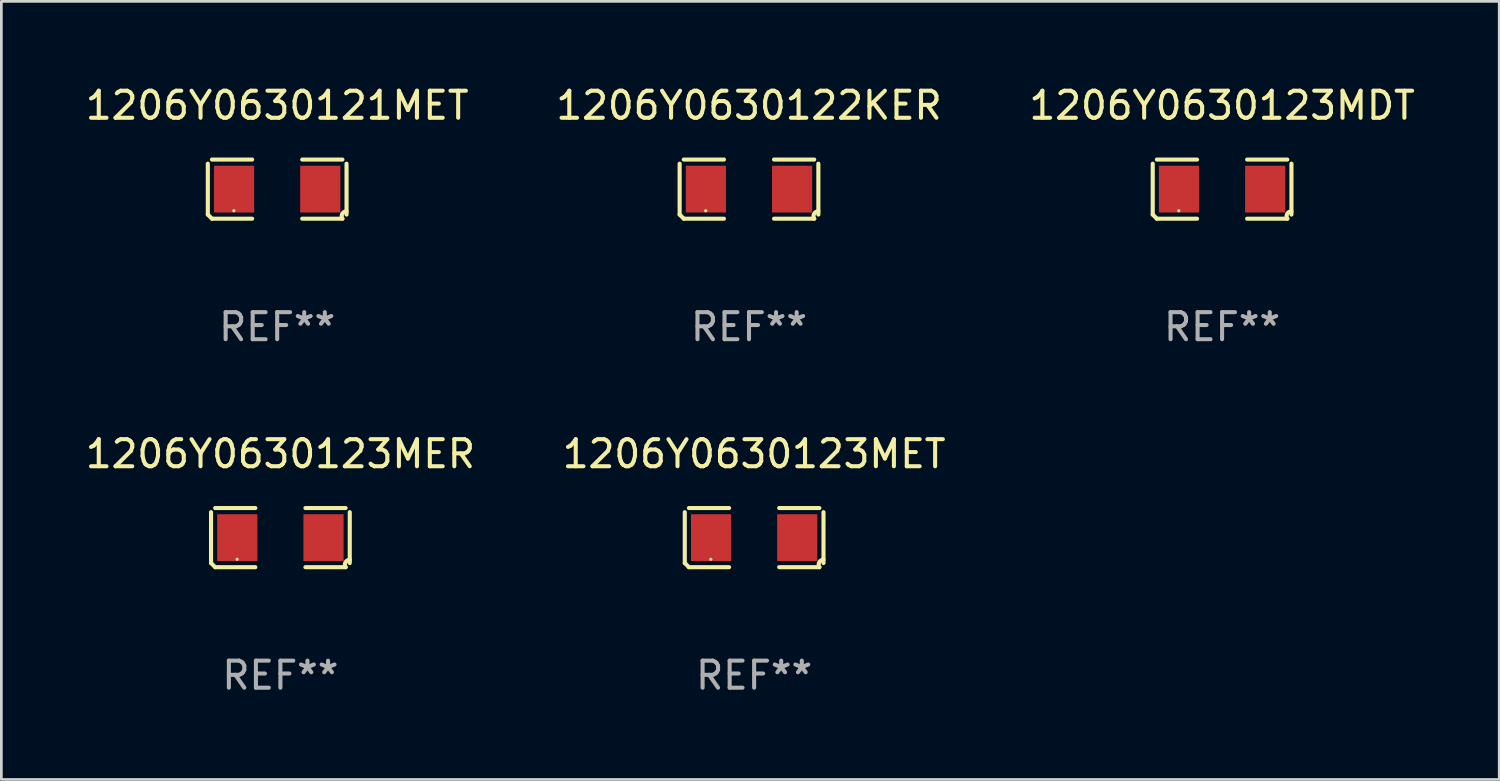
<source format=kicad_pcb>
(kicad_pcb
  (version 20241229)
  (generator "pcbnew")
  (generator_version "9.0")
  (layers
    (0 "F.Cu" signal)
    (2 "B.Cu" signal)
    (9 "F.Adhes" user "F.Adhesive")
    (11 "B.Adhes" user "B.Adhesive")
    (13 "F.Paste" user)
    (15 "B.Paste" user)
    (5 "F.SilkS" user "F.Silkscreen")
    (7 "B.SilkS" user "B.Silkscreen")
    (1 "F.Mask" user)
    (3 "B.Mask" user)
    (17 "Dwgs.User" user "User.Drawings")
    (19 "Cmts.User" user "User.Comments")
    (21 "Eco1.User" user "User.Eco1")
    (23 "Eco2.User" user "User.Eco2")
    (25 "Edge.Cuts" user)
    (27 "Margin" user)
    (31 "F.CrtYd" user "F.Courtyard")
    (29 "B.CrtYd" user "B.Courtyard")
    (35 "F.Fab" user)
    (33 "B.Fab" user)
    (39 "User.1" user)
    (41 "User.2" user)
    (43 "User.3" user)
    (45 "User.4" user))
  (footprint "1206Y0630122KER"
    (layer "F.Cu")
    (at 24.637 3.941)
    (property "Reference" "1206Y0630122KER" (at 0 -3.093 0) (layer "F.SilkS") (effects (font (size 1 1) (thickness 0.15))))
    (attr through_hole)
    (fp_line (start -2.564 0.94) (end -2.564 -0.94) (stroke (width 0.152) (type solid)) (layer "F.SilkS"))
    (fp_line (start -2.411 -1.093) (end -0.926 -1.093) (stroke (width 0.152) (type solid)) (layer "F.SilkS"))
    (fp_line (start -0.926 1.093) (end -2.411 1.093) (stroke (width 0.152) (type solid)) (layer "F.SilkS"))
    (fp_line (start 0.926 1.093) (end 2.411 1.093) (stroke (width 0.152) (type solid)) (layer "F.SilkS"))
    (fp_line (start 2.411 -1.093) (end 0.926 -1.093) (stroke (width 0.152) (type solid)) (layer "F.SilkS"))
    (fp_line (start 2.564 0.94) (end 2.564 -0.94) (stroke (width 0.152) (type solid)) (layer "F.SilkS"))
    (fp_arc (start -2.411201 1.092609) (mid -2.487413 1.01642) (end -2.563602 0.940208) (stroke (width 0.1524) (type solid)) (layer "F.SilkS"))
    (fp_arc (start 2.411201 1.092609) (mid 2.407159 0.911226) (end 2.563602 0.819347) (stroke (width 0.1524) (type solid)) (layer "F.SilkS"))
    (fp_circle (center -1.6 0.8) (end -1.57 0.8) (stroke (width 0.06) (type solid)) (fill no) (layer "F.SilkS"))
    (fp_text user "REF**" (at 0 5.093 0) (layer "F.Fab") (effects (font (size 1 1) (thickness 0.15))))
    (pad "1" smd rect (at -1.593 0) (size 1.485 1.728) (layers "F.Cu" "F.Mask" "F.Paste"))
    (pad "2" smd rect (at 1.593 0) (size 1.485 1.728) (layers "F.Cu" "F.Mask" "F.Paste")))
  (footprint "1206Y0630121MET"
    (layer "F.Cu")
    (at 7.196 3.941)
    (property "Reference" "1206Y0630121MET" (at 0 -3.093 0) (layer "F.SilkS") (effects (font (size 1 1) (thickness 0.15))))
    (attr through_hole)
    (fp_line (start -2.564 0.94) (end -2.564 -0.94) (stroke (width 0.152) (type solid)) (layer "F.SilkS"))
    (fp_line (start -2.411 -1.093) (end -0.926 -1.093) (stroke (width 0.152) (type solid)) (layer "F.SilkS"))
    (fp_line (start -0.926 1.093) (end -2.411 1.093) (stroke (width 0.152) (type solid)) (layer "F.SilkS"))
    (fp_line (start 0.926 1.093) (end 2.411 1.093) (stroke (width 0.152) (type solid)) (layer "F.SilkS"))
    (fp_line (start 2.411 -1.093) (end 0.926 -1.093) (stroke (width 0.152) (type solid)) (layer "F.SilkS"))
    (fp_line (start 2.564 0.94) (end 2.564 -0.94) (stroke (width 0.152) (type solid)) (layer "F.SilkS"))
    (fp_arc (start -2.411201 1.092609) (mid -2.487413 1.01642) (end -2.563602 0.940208) (stroke (width 0.1524) (type solid)) (layer "F.SilkS"))
    (fp_arc (start 2.411201 1.092609) (mid 2.407159 0.911226) (end 2.563602 0.819347) (stroke (width 0.1524) (type solid)) (layer "F.SilkS"))
    (fp_circle (center -1.6 0.8) (end -1.57 0.8) (stroke (width 0.06) (type solid)) (fill no) (layer "F.SilkS"))
    (fp_text user "REF**" (at 0 5.093 0) (layer "F.Fab") (effects (font (size 1 1) (thickness 0.15))))
    (pad "1" smd rect (at -1.593 0) (size 1.485 1.728) (layers "F.Cu" "F.Mask" "F.Paste"))
    (pad "2" smd rect (at 1.593 0) (size 1.485 1.728) (layers "F.Cu" "F.Mask" "F.Paste")))
  (footprint "1206Y0630123MER"
    (layer "F.Cu")
    (at 7.315 16.823)
    (property "Reference" "1206Y0630123MER" (at 0 -3.093 0) (layer "F.SilkS") (effects (font (size 1 1) (thickness 0.15))))
    (attr through_hole)
    (fp_line (start -2.564 0.94) (end -2.564 -0.94) (stroke (width 0.152) (type solid)) (layer "F.SilkS"))
    (fp_line (start -2.411 -1.093) (end -0.926 -1.093) (stroke (width 0.152) (type solid)) (layer "F.SilkS"))
    (fp_line (start -0.926 1.093) (end -2.411 1.093) (stroke (width 0.152) (type solid)) (layer "F.SilkS"))
    (fp_line (start 0.926 1.093) (end 2.411 1.093) (stroke (width 0.152) (type solid)) (layer "F.SilkS"))
    (fp_line (start 2.411 -1.093) (end 0.926 -1.093) (stroke (width 0.152) (type solid)) (layer "F.SilkS"))
    (fp_line (start 2.564 0.94) (end 2.564 -0.94) (stroke (width 0.152) (type solid)) (layer "F.SilkS"))
    (fp_arc (start -2.411201 1.092609) (mid -2.487413 1.01642) (end -2.563602 0.940208) (stroke (width 0.1524) (type solid)) (layer "F.SilkS"))
    (fp_arc (start 2.411201 1.092609) (mid 2.407159 0.911226) (end 2.563602 0.819347) (stroke (width 0.1524) (type solid)) (layer "F.SilkS"))
    (fp_circle (center -1.6 0.8) (end -1.57 0.8) (stroke (width 0.06) (type solid)) (fill no) (layer "F.SilkS"))
    (fp_text user "REF**" (at 0 5.093 0) (layer "F.Fab") (effects (font (size 1 1) (thickness 0.15))))
    (pad "1" smd rect (at -1.593 0) (size 1.485 1.728) (layers "F.Cu" "F.Mask" "F.Paste"))
    (pad "2" smd rect (at 1.593 0) (size 1.485 1.728) (layers "F.Cu" "F.Mask" "F.Paste")))
  (footprint "1206Y0630123MET"
    (layer "F.Cu")
    (at 24.827 16.823)
    (property "Reference" "1206Y0630123MET" (at 0 -3.093 0) (layer "F.SilkS") (effects (font (size 1 1) (thickness 0.15))))
    (attr through_hole)
    (fp_line (start -2.564 0.94) (end -2.564 -0.94) (stroke (width 0.152) (type solid)) (layer "F.SilkS"))
    (fp_line (start -2.411 -1.093) (end -0.926 -1.093) (stroke (width 0.152) (type solid)) (layer "F.SilkS"))
    (fp_line (start -0.926 1.093) (end -2.411 1.093) (stroke (width 0.152) (type solid)) (layer "F.SilkS"))
    (fp_line (start 0.926 1.093) (end 2.411 1.093) (stroke (width 0.152) (type solid)) (layer "F.SilkS"))
    (fp_line (start 2.411 -1.093) (end 0.926 -1.093) (stroke (width 0.152) (type solid)) (layer "F.SilkS"))
    (fp_line (start 2.564 0.94) (end 2.564 -0.94) (stroke (width 0.152) (type solid)) (layer "F.SilkS"))
    (fp_arc (start -2.411201 1.092609) (mid -2.487413 1.01642) (end -2.563602 0.940208) (stroke (width 0.1524) (type solid)) (layer "F.SilkS"))
    (fp_arc (start 2.411201 1.092609) (mid 2.407159 0.911226) (end 2.563602 0.819347) (stroke (width 0.1524) (type solid)) (layer "F.SilkS"))
    (fp_circle (center -1.6 0.8) (end -1.57 0.8) (stroke (width 0.06) (type solid)) (fill no) (layer "F.SilkS"))
    (fp_text user "REF**" (at 0 5.093 0) (layer "F.Fab") (effects (font (size 1 1) (thickness 0.15))))
    (pad "1" smd rect (at -1.593 0) (size 1.485 1.728) (layers "F.Cu" "F.Mask" "F.Paste"))
    (pad "2" smd rect (at 1.593 0) (size 1.485 1.728) (layers "F.Cu" "F.Mask" "F.Paste")))
  (footprint "1206Y0630123MDT"
    (layer "F.Cu")
    (at 42.125 3.941)
    (property "Reference" "1206Y0630123MDT" (at 0 -3.093 0) (layer "F.SilkS") (effects (font (size 1 1) (thickness 0.15))))
    (attr through_hole)
    (fp_line (start -2.564 0.94) (end -2.564 -0.94) (stroke (width 0.152) (type solid)) (layer "F.SilkS"))
    (fp_line (start -2.411 -1.093) (end -0.926 -1.093) (stroke (width 0.152) (type solid)) (layer "F.SilkS"))
    (fp_line (start -0.926 1.093) (end -2.411 1.093) (stroke (width 0.152) (type solid)) (layer "F.SilkS"))
    (fp_line (start 0.926 1.093) (end 2.411 1.093) (stroke (width 0.152) (type solid)) (layer "F.SilkS"))
    (fp_line (start 2.411 -1.093) (end 0.926 -1.093) (stroke (width 0.152) (type solid)) (layer "F.SilkS"))
    (fp_line (start 2.564 0.94) (end 2.564 -0.94) (stroke (width 0.152) (type solid)) (layer "F.SilkS"))
    (fp_arc (start -2.411201 1.092609) (mid -2.487413 1.01642) (end -2.563602 0.940208) (stroke (width 0.1524) (type solid)) (layer "F.SilkS"))
    (fp_arc (start 2.411201 1.092609) (mid 2.407159 0.911226) (end 2.563602 0.819347) (stroke (width 0.1524) (type solid)) (layer "F.SilkS"))
    (fp_circle (center -1.6 0.8) (end -1.57 0.8) (stroke (width 0.06) (type solid)) (fill no) (layer "F.SilkS"))
    (fp_text user "REF**" (at 0 5.093 0) (layer "F.Fab") (effects (font (size 1 1) (thickness 0.15))))
    (pad "1" smd rect (at -1.593 0) (size 1.485 1.728) (layers "F.Cu" "F.Mask" "F.Paste"))
    (pad "2" smd rect (at 1.593 0) (size 1.485 1.728) (layers "F.Cu" "F.Mask" "F.Paste")))
  (gr_rect
    (start -3 -3)
    (end 52.369 25.763)
    (stroke (width 0.1) (type default))
    (fill no)
    (layer "Edge.Cuts")))
</source>
